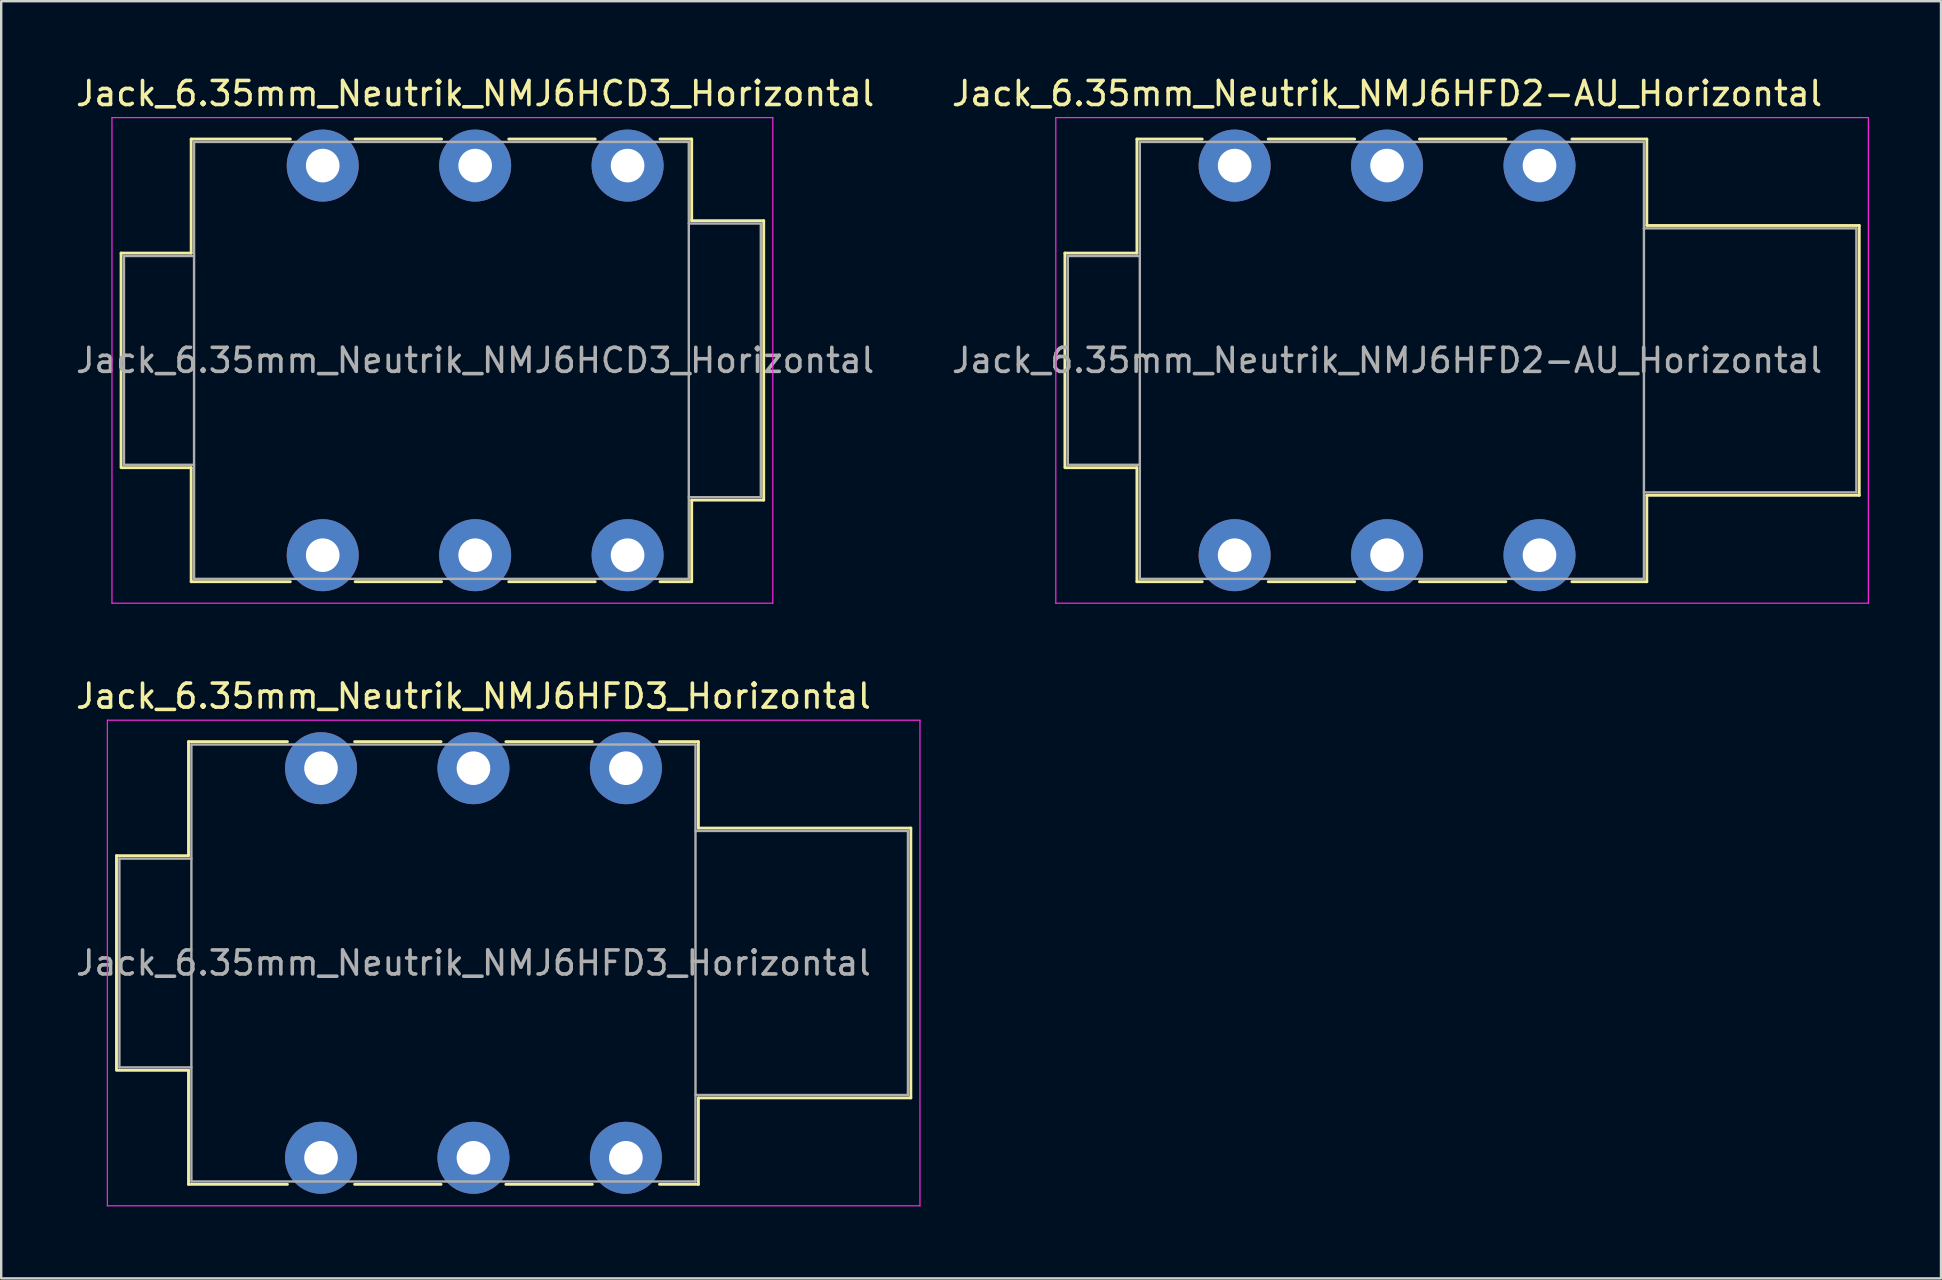
<source format=kicad_pcb>
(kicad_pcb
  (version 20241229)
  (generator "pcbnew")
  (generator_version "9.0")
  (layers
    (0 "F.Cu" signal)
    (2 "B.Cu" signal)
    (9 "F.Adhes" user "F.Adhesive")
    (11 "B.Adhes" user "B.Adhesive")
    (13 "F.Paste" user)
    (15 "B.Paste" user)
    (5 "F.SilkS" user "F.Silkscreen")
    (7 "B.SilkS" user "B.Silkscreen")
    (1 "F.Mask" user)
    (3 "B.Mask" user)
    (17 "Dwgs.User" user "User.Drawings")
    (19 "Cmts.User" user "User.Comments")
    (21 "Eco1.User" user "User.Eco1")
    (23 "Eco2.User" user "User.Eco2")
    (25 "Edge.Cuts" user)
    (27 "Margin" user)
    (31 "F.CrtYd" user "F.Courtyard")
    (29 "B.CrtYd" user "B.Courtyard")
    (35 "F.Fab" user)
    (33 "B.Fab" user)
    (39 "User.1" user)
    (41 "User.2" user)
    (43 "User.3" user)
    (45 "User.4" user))
  (footprint "Jack_6.35mm_Neutrik_NMJ6HCD3_Horizontal"
    (layer "F.Cu")
    (at 10.394 3.848)
    (property "Reference" "Jack_6.35mm_Neutrik_NMJ6HCD3_Horizontal" (at 6.35 -3 0) (layer "F.SilkS") (effects (font (size 1 1) (thickness 0.15))))
    (attr through_hole)
    (fp_line (start -8.4 3.645) (end -5.48 3.645) (stroke (width 0.12) (type solid)) (layer "F.SilkS"))
    (fp_line (start -8.4 12.545) (end -8.4 3.645) (stroke (width 0.12) (type solid)) (layer "F.SilkS"))
    (fp_line (start -8.4 12.585) (end -5.48 12.585) (stroke (width 0.12) (type solid)) (layer "F.SilkS"))
    (fp_line (start -5.48 -1.105) (end -1.35 -1.105) (stroke (width 0.12) (type solid)) (layer "F.SilkS"))
    (fp_line (start -5.48 3.645) (end -5.48 -1.105) (stroke (width 0.12) (type solid)) (layer "F.SilkS"))
    (fp_line (start -5.48 17.335) (end -5.48 12.585) (stroke (width 0.12) (type solid)) (layer "F.SilkS"))
    (fp_line (start -1.35 17.335) (end -5.48 17.335) (stroke (width 0.12) (type solid)) (layer "F.SilkS"))
    (fp_line (start 1.35 -1.105) (end 4.95 -1.105) (stroke (width 0.12) (type solid)) (layer "F.SilkS"))
    (fp_line (start 4.95 17.335) (end 1.35 17.335) (stroke (width 0.12) (type solid)) (layer "F.SilkS"))
    (fp_line (start 7.75 -1.105) (end 11.35 -1.105) (stroke (width 0.12) (type solid)) (layer "F.SilkS"))
    (fp_line (start 11.35 17.335) (end 7.75 17.335) (stroke (width 0.12) (type solid)) (layer "F.SilkS"))
    (fp_line (start 15.37 -1.105) (end 14.05 -1.105) (stroke (width 0.12) (type solid)) (layer "F.SilkS"))
    (fp_line (start 15.37 2.295) (end 15.37 -1.105) (stroke (width 0.12) (type solid)) (layer "F.SilkS"))
    (fp_line (start 15.37 2.295) (end 18.37 2.295) (stroke (width 0.12) (type solid)) (layer "F.SilkS"))
    (fp_line (start 15.37 13.935) (end 18.37 13.935) (stroke (width 0.12) (type solid)) (layer "F.SilkS"))
    (fp_line (start 15.37 17.335) (end 14.05 17.335) (stroke (width 0.12) (type solid)) (layer "F.SilkS"))
    (fp_line (start 15.37 17.335) (end 15.37 13.935) (stroke (width 0.12) (type solid)) (layer "F.SilkS"))
    (fp_line (start 18.37 13.935) (end 18.37 2.295) (stroke (width 0.12) (type solid)) (layer "F.SilkS"))
    (fp_line (start -8.78 18.23) (end -8.78 -2) (stroke (width 0.05) (type solid)) (layer "F.CrtYd"))
    (fp_line (start -8.78 18.23) (end 18.75 18.23) (stroke (width 0.05) (type solid)) (layer "F.CrtYd"))
    (fp_line (start 18.75 -2) (end -8.78 -2) (stroke (width 0.05) (type solid)) (layer "F.CrtYd"))
    (fp_line (start 18.75 18.23) (end 18.75 -2) (stroke (width 0.05) (type solid)) (layer "F.CrtYd"))
    (fp_line (start -8.28 3.765) (end -5.36 3.765) (stroke (width 0.1) (type solid)) (layer "F.Fab"))
    (fp_line (start -8.28 12.465) (end -8.28 3.765) (stroke (width 0.1) (type solid)) (layer "F.Fab"))
    (fp_line (start -8.28 12.465) (end -5.36 12.465) (stroke (width 0.1) (type solid)) (layer "F.Fab"))
    (fp_line (start -5.36 17.215) (end -5.36 -0.985) (stroke (width 0.1) (type solid)) (layer "F.Fab"))
    (fp_line (start 15.25 -0.985) (end -5.36 -0.985) (stroke (width 0.1) (type solid)) (layer "F.Fab"))
    (fp_line (start 15.25 17.215) (end -5.36 17.215) (stroke (width 0.1) (type solid)) (layer "F.Fab"))
    (fp_line (start 15.25 17.215) (end 15.25 -0.985) (stroke (width 0.1) (type solid)) (layer "F.Fab"))
    (fp_line (start 18.25 2.415) (end 15.25 2.415) (stroke (width 0.1) (type solid)) (layer "F.Fab"))
    (fp_line (start 18.25 13.815) (end 15.25 13.815) (stroke (width 0.1) (type solid)) (layer "F.Fab"))
    (fp_line (start 18.25 13.815) (end 18.25 2.415) (stroke (width 0.1) (type solid)) (layer "F.Fab"))
    (fp_text user "${REFERENCE}" (at 6.35 8.115 0) (layer "F.Fab") (effects (font (size 1 1) (thickness 0.15))))
    (pad "R" thru_hole circle (at 6.35 0) (size 3 3) (drill 1.4) (layers "*.Cu" "*.Mask"))
    (pad "RN" thru_hole circle (at 6.35 16.23) (size 3 3) (drill 1.4) (layers "*.Cu" "*.Mask"))
    (pad "S" thru_hole circle (at 12.7 0) (size 3 3) (drill 1.4) (layers "*.Cu" "*.Mask"))
    (pad "SN" thru_hole circle (at 12.7 16.23) (size 3 3) (drill 1.4) (layers "*.Cu" "*.Mask"))
    (pad "T" thru_hole circle (at 0 0) (size 3 3) (drill 1.4) (layers "*.Cu" "*.Mask"))
    (pad "TN" thru_hole circle (at 0 16.23) (size 3 3) (drill 1.4) (layers "*.Cu" "*.Mask")))
  (footprint "Jack_6.35mm_Neutrik_NMJ6HFD2-AU_Horizontal"
    (layer "F.Cu")
    (at 48.382 3.848)
    (property "Reference" "Jack_6.35mm_Neutrik_NMJ6HFD2-AU_Horizontal" (at 6.35 -3 0) (layer "F.SilkS") (effects (font (size 1 1) (thickness 0.15))))
    (attr through_hole)
    (fp_line (start -7.07 3.645) (end -4.07 3.645) (stroke (width 0.12) (type solid)) (layer "F.SilkS"))
    (fp_line (start -7.07 12.545) (end -7.07 3.645) (stroke (width 0.12) (type solid)) (layer "F.SilkS"))
    (fp_line (start -7.07 12.585) (end -4.07 12.585) (stroke (width 0.12) (type solid)) (layer "F.SilkS"))
    (fp_line (start -4.07 -1.105) (end -1.35 -1.105) (stroke (width 0.12) (type solid)) (layer "F.SilkS"))
    (fp_line (start -4.07 3.645) (end -4.07 -1.105) (stroke (width 0.12) (type solid)) (layer "F.SilkS"))
    (fp_line (start -4.07 17.335) (end -4.07 12.585) (stroke (width 0.12) (type solid)) (layer "F.SilkS"))
    (fp_line (start -1.35 17.335) (end -4.07 17.335) (stroke (width 0.12) (type solid)) (layer "F.SilkS"))
    (fp_line (start 1.4 -1.105) (end 5 -1.105) (stroke (width 0.12) (type solid)) (layer "F.SilkS"))
    (fp_line (start 5 17.335) (end 1.4 17.335) (stroke (width 0.12) (type solid)) (layer "F.SilkS"))
    (fp_line (start 7.7 -1.105) (end 11.3 -1.105) (stroke (width 0.12) (type solid)) (layer "F.SilkS"))
    (fp_line (start 11.3 17.335) (end 7.7 17.335) (stroke (width 0.12) (type solid)) (layer "F.SilkS"))
    (fp_line (start 17.17 -1.105) (end 14.05 -1.105) (stroke (width 0.12) (type solid)) (layer "F.SilkS"))
    (fp_line (start 17.17 2.495) (end 17.17 -1.105) (stroke (width 0.12) (type solid)) (layer "F.SilkS"))
    (fp_line (start 17.17 2.495) (end 26.02 2.495) (stroke (width 0.12) (type solid)) (layer "F.SilkS"))
    (fp_line (start 17.17 13.735) (end 26.02 13.735) (stroke (width 0.12) (type solid)) (layer "F.SilkS"))
    (fp_line (start 17.17 17.335) (end 14.05 17.335) (stroke (width 0.12) (type solid)) (layer "F.SilkS"))
    (fp_line (start 17.17 17.335) (end 17.17 13.735) (stroke (width 0.12) (type solid)) (layer "F.SilkS"))
    (fp_line (start 26.02 13.735) (end 26.02 2.495) (stroke (width 0.12) (type solid)) (layer "F.SilkS"))
    (fp_line (start -7.45 18.23) (end -7.45 -2) (stroke (width 0.05) (type solid)) (layer "F.CrtYd"))
    (fp_line (start -7.45 18.23) (end 26.4 18.23) (stroke (width 0.05) (type solid)) (layer "F.CrtYd"))
    (fp_line (start 26.4 -2) (end -7.45 -2) (stroke (width 0.05) (type solid)) (layer "F.CrtYd"))
    (fp_line (start 26.4 18.23) (end 26.4 -2) (stroke (width 0.05) (type solid)) (layer "F.CrtYd"))
    (fp_line (start -6.95 3.765) (end -3.95 3.765) (stroke (width 0.1) (type solid)) (layer "F.Fab"))
    (fp_line (start -6.95 12.465) (end -6.95 3.765) (stroke (width 0.1) (type solid)) (layer "F.Fab"))
    (fp_line (start -6.95 12.465) (end -3.95 12.465) (stroke (width 0.1) (type solid)) (layer "F.Fab"))
    (fp_line (start -3.95 17.215) (end -3.95 -0.985) (stroke (width 0.1) (type solid)) (layer "F.Fab"))
    (fp_line (start 17.05 -0.985) (end -3.95 -0.985) (stroke (width 0.1) (type solid)) (layer "F.Fab"))
    (fp_line (start 17.05 17.215) (end -3.95 17.215) (stroke (width 0.1) (type solid)) (layer "F.Fab"))
    (fp_line (start 17.05 17.215) (end 17.05 -0.985) (stroke (width 0.1) (type solid)) (layer "F.Fab"))
    (fp_line (start 25.9 2.615) (end 17.05 2.615) (stroke (width 0.1) (type solid)) (layer "F.Fab"))
    (fp_line (start 25.9 13.615) (end 17.05 13.615) (stroke (width 0.1) (type solid)) (layer "F.Fab"))
    (fp_line (start 25.9 13.615) (end 25.9 2.615) (stroke (width 0.1) (type solid)) (layer "F.Fab"))
    (fp_text user "${REFERENCE}" (at 6.35 8.115 0) (layer "F.Fab") (effects (font (size 1 1) (thickness 0.15))))
    (pad "R" thru_hole circle (at 6.35 0) (size 3 3) (drill 1.4) (layers "*.Cu" "*.Mask"))
    (pad "RN" thru_hole circle (at 6.35 16.23) (size 3 3) (drill 1.4) (layers "*.Cu" "*.Mask"))
    (pad "S" thru_hole circle (at 12.7 0) (size 3 3) (drill 1.4) (layers "*.Cu" "*.Mask"))
    (pad "SN" thru_hole circle (at 12.7 16.23) (size 3 3) (drill 1.4) (layers "*.Cu" "*.Mask"))
    (pad "T" thru_hole circle (at 0 0) (size 3 3) (drill 1.4) (layers "*.Cu" "*.Mask"))
    (pad "TN" thru_hole circle (at 0 16.23) (size 3 3) (drill 1.4) (layers "*.Cu" "*.Mask")))
  (footprint "Jack_6.35mm_Neutrik_NMJ6HFD3_Horizontal"
    (layer "F.Cu")
    (at 10.323 28.951)
    (property "Reference" "Jack_6.35mm_Neutrik_NMJ6HFD3_Horizontal" (at 6.35 -3 0) (layer "F.SilkS") (effects (font (size 1 1) (thickness 0.15))))
    (attr through_hole)
    (fp_line (start -8.52 3.645) (end -5.52 3.645) (stroke (width 0.12) (type solid)) (layer "F.SilkS"))
    (fp_line (start -8.52 12.545) (end -8.52 3.645) (stroke (width 0.12) (type solid)) (layer "F.SilkS"))
    (fp_line (start -8.52 12.585) (end -5.52 12.585) (stroke (width 0.12) (type solid)) (layer "F.SilkS"))
    (fp_line (start -5.52 -1.105) (end -1.4 -1.105) (stroke (width 0.12) (type solid)) (layer "F.SilkS"))
    (fp_line (start -5.52 3.645) (end -5.52 -1.105) (stroke (width 0.12) (type solid)) (layer "F.SilkS"))
    (fp_line (start -5.52 17.335) (end -5.52 12.585) (stroke (width 0.12) (type solid)) (layer "F.SilkS"))
    (fp_line (start -1.4 17.335) (end -5.52 17.335) (stroke (width 0.12) (type solid)) (layer "F.SilkS"))
    (fp_line (start 1.4 -1.105) (end 5 -1.105) (stroke (width 0.12) (type solid)) (layer "F.SilkS"))
    (fp_line (start 5 17.335) (end 1.4 17.335) (stroke (width 0.12) (type solid)) (layer "F.SilkS"))
    (fp_line (start 7.7 -1.105) (end 11.3 -1.105) (stroke (width 0.12) (type solid)) (layer "F.SilkS"))
    (fp_line (start 11.3 17.335) (end 7.7 17.335) (stroke (width 0.12) (type solid)) (layer "F.SilkS"))
    (fp_line (start 15.72 -1.105) (end 14.1 -1.105) (stroke (width 0.12) (type solid)) (layer "F.SilkS"))
    (fp_line (start 15.72 2.495) (end 15.72 -1.105) (stroke (width 0.12) (type solid)) (layer "F.SilkS"))
    (fp_line (start 15.72 2.495) (end 24.57 2.495) (stroke (width 0.12) (type solid)) (layer "F.SilkS"))
    (fp_line (start 15.72 13.735) (end 24.57 13.735) (stroke (width 0.12) (type solid)) (layer "F.SilkS"))
    (fp_line (start 15.72 17.335) (end 14.1 17.335) (stroke (width 0.12) (type solid)) (layer "F.SilkS"))
    (fp_line (start 15.72 17.335) (end 15.72 13.735) (stroke (width 0.12) (type solid)) (layer "F.SilkS"))
    (fp_line (start 24.57 13.735) (end 24.57 2.495) (stroke (width 0.12) (type solid)) (layer "F.SilkS"))
    (fp_line (start -8.9 18.23) (end -8.9 -2) (stroke (width 0.05) (type solid)) (layer "F.CrtYd"))
    (fp_line (start -8.9 18.23) (end 24.95 18.23) (stroke (width 0.05) (type solid)) (layer "F.CrtYd"))
    (fp_line (start 24.95 -2) (end -8.9 -2) (stroke (width 0.05) (type solid)) (layer "F.CrtYd"))
    (fp_line (start 24.95 18.23) (end 24.95 -2) (stroke (width 0.05) (type solid)) (layer "F.CrtYd"))
    (fp_line (start -8.4 3.765) (end -5.4 3.765) (stroke (width 0.1) (type solid)) (layer "F.Fab"))
    (fp_line (start -8.4 12.465) (end -8.4 3.765) (stroke (width 0.1) (type solid)) (layer "F.Fab"))
    (fp_line (start -8.4 12.465) (end -5.4 12.465) (stroke (width 0.1) (type solid)) (layer "F.Fab"))
    (fp_line (start -5.4 17.215) (end -5.4 -0.985) (stroke (width 0.1) (type solid)) (layer "F.Fab"))
    (fp_line (start 15.6 -0.985) (end -5.4 -0.985) (stroke (width 0.1) (type solid)) (layer "F.Fab"))
    (fp_line (start 15.6 17.215) (end -5.4 17.215) (stroke (width 0.1) (type solid)) (layer "F.Fab"))
    (fp_line (start 15.6 17.215) (end 15.6 -0.985) (stroke (width 0.1) (type solid)) (layer "F.Fab"))
    (fp_line (start 24.45 2.615) (end 15.6 2.615) (stroke (width 0.1) (type solid)) (layer "F.Fab"))
    (fp_line (start 24.45 13.615) (end 15.6 13.615) (stroke (width 0.1) (type solid)) (layer "F.Fab"))
    (fp_line (start 24.45 13.615) (end 24.45 2.615) (stroke (width 0.1) (type solid)) (layer "F.Fab"))
    (fp_text user "${REFERENCE}" (at 6.35 8.115 0) (layer "F.Fab") (effects (font (size 1 1) (thickness 0.15))))
    (pad "R" thru_hole circle (at 6.35 0) (size 3 3) (drill 1.4) (layers "*.Cu" "*.Mask"))
    (pad "RN" thru_hole circle (at 6.35 16.23) (size 3 3) (drill 1.4) (layers "*.Cu" "*.Mask"))
    (pad "S" thru_hole circle (at 12.7 0) (size 3 3) (drill 1.4) (layers "*.Cu" "*.Mask"))
    (pad "SN" thru_hole circle (at 12.7 16.23) (size 3 3) (drill 1.4) (layers "*.Cu" "*.Mask"))
    (pad "T" thru_hole circle (at 0 0) (size 3 3) (drill 1.4) (layers "*.Cu" "*.Mask"))
    (pad "TN" thru_hole circle (at 0 16.23) (size 3 3) (drill 1.4) (layers "*.Cu" "*.Mask")))
  (gr_rect
    (start -3 -3)
    (end 77.807 50.206)
    (stroke (width 0.1) (type default))
    (fill no)
    (layer "Edge.Cuts")))
</source>
